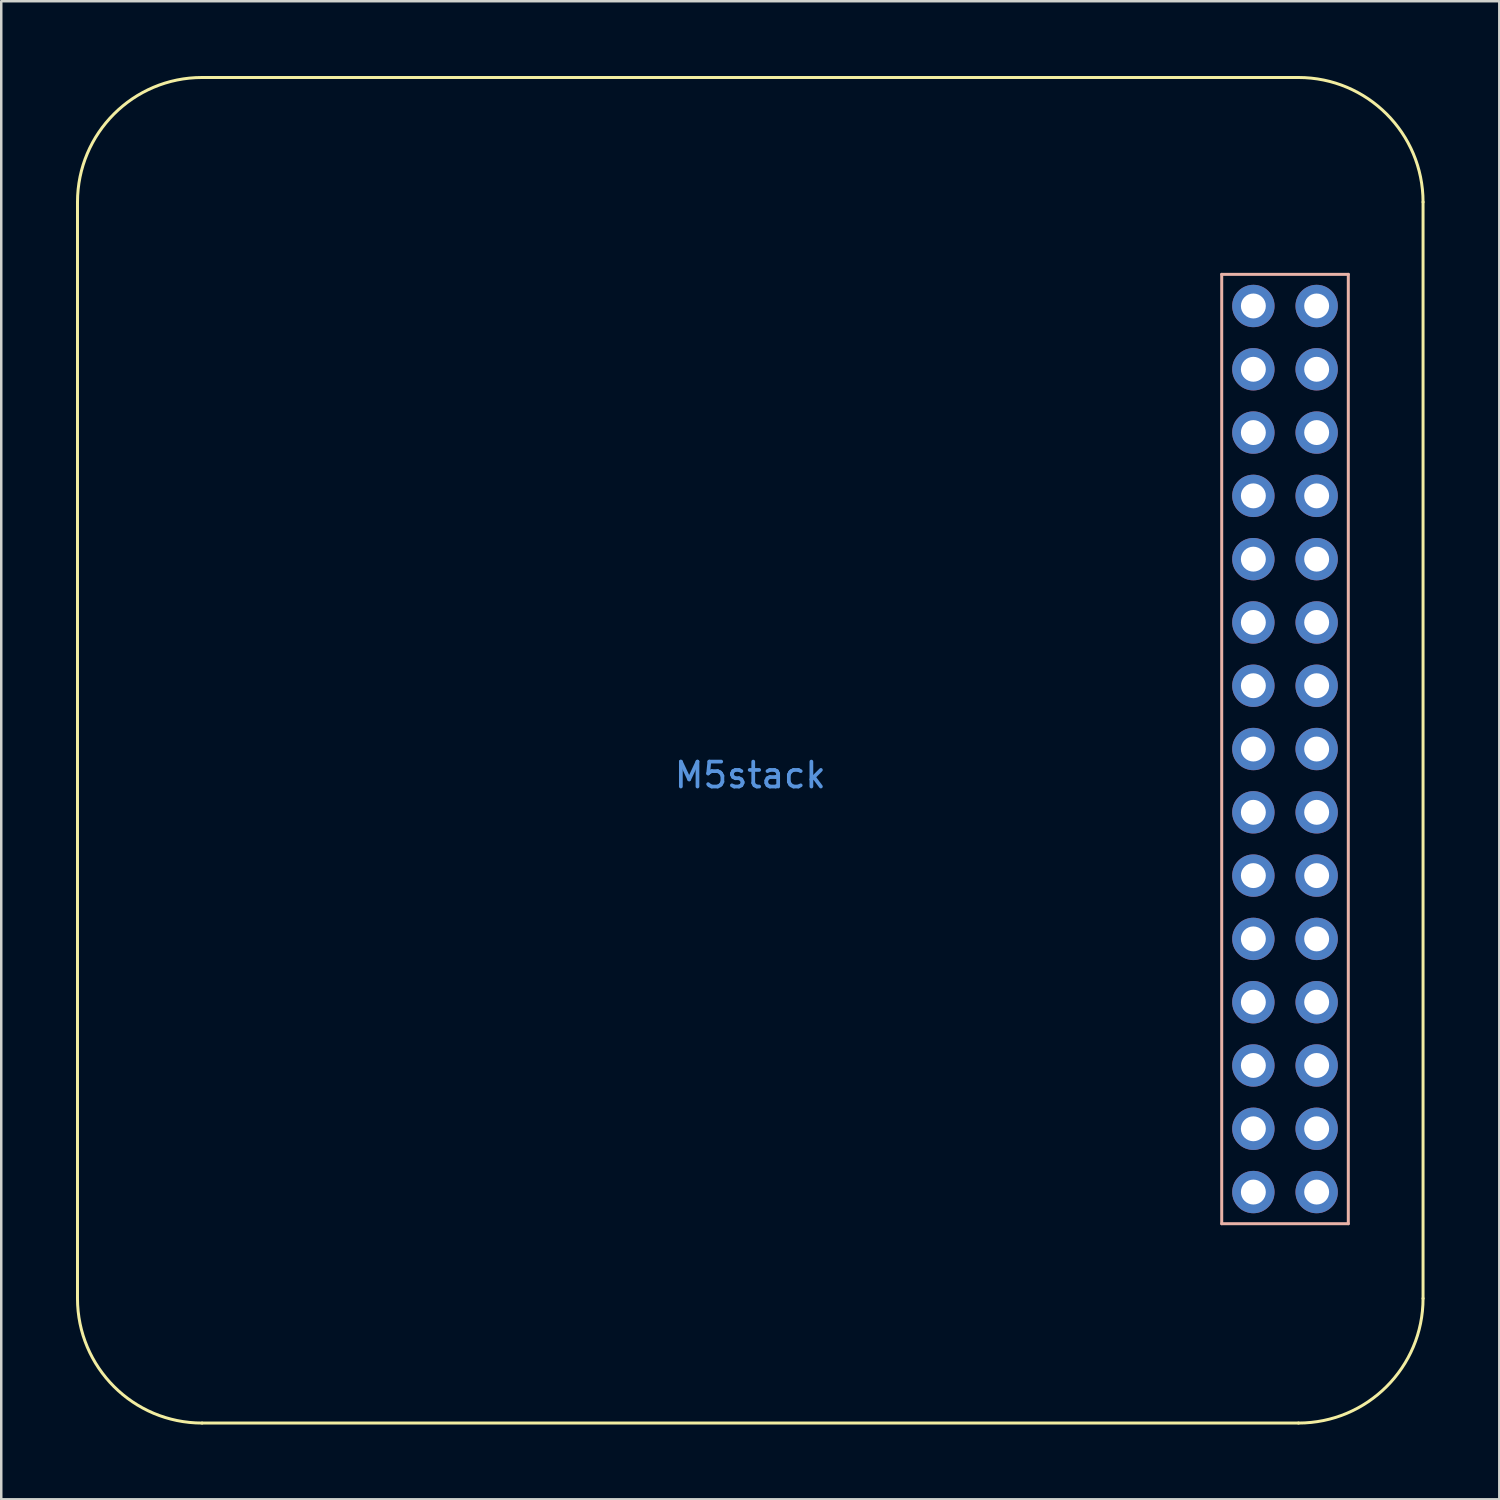
<source format=kicad_pcb>
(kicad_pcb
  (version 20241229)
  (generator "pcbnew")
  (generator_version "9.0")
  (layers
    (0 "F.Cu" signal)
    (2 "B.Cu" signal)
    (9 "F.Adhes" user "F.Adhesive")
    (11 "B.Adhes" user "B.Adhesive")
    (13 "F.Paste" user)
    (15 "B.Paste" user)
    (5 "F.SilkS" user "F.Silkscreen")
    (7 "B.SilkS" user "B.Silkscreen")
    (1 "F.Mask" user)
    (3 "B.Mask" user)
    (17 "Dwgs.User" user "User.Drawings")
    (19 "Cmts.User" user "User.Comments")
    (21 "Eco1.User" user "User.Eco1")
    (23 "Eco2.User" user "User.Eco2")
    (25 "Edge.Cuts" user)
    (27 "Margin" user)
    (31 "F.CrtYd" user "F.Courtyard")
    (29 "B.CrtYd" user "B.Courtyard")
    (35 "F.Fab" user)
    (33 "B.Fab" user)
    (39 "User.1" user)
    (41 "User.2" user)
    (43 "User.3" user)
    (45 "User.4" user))
  (footprint "M5stack"
    (layer "F.Cu")
    (at 27.06 27.06)
    (property "Reference" "M5stack" (at 0 1 0) (layer "Cmts.User") (effects (font (size 1 1) (thickness 0.15))))
    (attr through_hole)
    (fp_line (start -27 22) (end -27 -22) (stroke (width 0.12) (type solid)) (layer "F.SilkS"))
    (fp_line (start -22 -27) (end 22 -27) (stroke (width 0.12) (type solid)) (layer "F.SilkS"))
    (fp_line (start 22 27) (end -22 27) (stroke (width 0.12) (type solid)) (layer "F.SilkS"))
    (fp_line (start 27 -22) (end 27 22) (stroke (width 0.12) (type solid)) (layer "F.SilkS"))
    (fp_arc (start -27 -22) (mid -25.535534 -25.535534) (end -22 -27) (stroke (width 0.12) (type solid)) (layer "F.SilkS"))
    (fp_arc (start -22 27) (mid -25.535534 25.535534) (end -27 22) (stroke (width 0.12) (type solid)) (layer "F.SilkS"))
    (fp_arc (start 22 -27) (mid 25.535534 -25.535534) (end 27 -22) (stroke (width 0.12) (type solid)) (layer "F.SilkS"))
    (fp_arc (start 27 22) (mid 25.535534 25.535534) (end 22 27) (stroke (width 0.12) (type solid)) (layer "F.SilkS"))
    (fp_line (start 18.92 -19.1) (end 18.92 19) (stroke (width 0.12) (type solid)) (layer "B.SilkS"))
    (fp_line (start 18.92 19) (end 24 19) (stroke (width 0.12) (type solid)) (layer "B.SilkS"))
    (fp_line (start 24 -19.1) (end 18.92 -19.1) (stroke (width 0.12) (type solid)) (layer "B.SilkS"))
    (fp_line (start 24 19) (end 24 -19.1) (stroke (width 0.12) (type solid)) (layer "B.SilkS"))
    (pad "1" thru_hole circle (at 22.73 17.73) (size 1.7 1.7) (drill 1) (layers "*.Cu" "*.Mask"))
    (pad "2" thru_hole circle (at 22.73 15.19) (size 1.7 1.7) (drill 1) (layers "*.Cu" "*.Mask"))
    (pad "3" thru_hole circle (at 22.73 12.65) (size 1.7 1.7) (drill 1) (layers "*.Cu" "*.Mask"))
    (pad "4" thru_hole circle (at 22.73 10.11) (size 1.7 1.7) (drill 1) (layers "*.Cu" "*.Mask"))
    (pad "5" thru_hole circle (at 22.73 7.57) (size 1.7 1.7) (drill 1) (layers "*.Cu" "*.Mask"))
    (pad "6" thru_hole circle (at 22.73 5.03) (size 1.7 1.7) (drill 1) (layers "*.Cu" "*.Mask"))
    (pad "7" thru_hole circle (at 22.73 2.49) (size 1.7 1.7) (drill 1) (layers "*.Cu" "*.Mask"))
    (pad "8" thru_hole circle (at 22.73 -0.05) (size 1.7 1.7) (drill 1) (layers "*.Cu" "*.Mask"))
    (pad "9" thru_hole circle (at 22.73 -2.59) (size 1.7 1.7) (drill 1) (layers "*.Cu" "*.Mask"))
    (pad "10" thru_hole circle (at 22.73 -5.13) (size 1.7 1.7) (drill 1) (layers "*.Cu" "*.Mask"))
    (pad "11" thru_hole circle (at 22.73 -7.67) (size 1.7 1.7) (drill 1) (layers "*.Cu" "*.Mask"))
    (pad "12" thru_hole circle (at 22.73 -10.21) (size 1.7 1.7) (drill 1) (layers "*.Cu" "*.Mask"))
    (pad "13" thru_hole circle (at 22.73 -12.75) (size 1.7 1.7) (drill 1) (layers "*.Cu" "*.Mask"))
    (pad "14" thru_hole circle (at 22.73 -15.29) (size 1.7 1.7) (drill 1) (layers "*.Cu" "*.Mask"))
    (pad "15" thru_hole circle (at 22.73 -17.83) (size 1.7 1.7) (drill 1) (layers "*.Cu" "*.Mask"))
    (pad "16" thru_hole circle (at 20.19 17.73) (size 1.7 1.7) (drill 1) (layers "*.Cu" "*.Mask"))
    (pad "17" thru_hole circle (at 20.19 15.19) (size 1.7 1.7) (drill 1) (layers "*.Cu" "*.Mask"))
    (pad "18" thru_hole circle (at 20.19 12.65) (size 1.7 1.7) (drill 1) (layers "*.Cu" "*.Mask"))
    (pad "19" thru_hole circle (at 20.19 10.11) (size 1.7 1.7) (drill 1) (layers "*.Cu" "*.Mask"))
    (pad "20" thru_hole circle (at 20.19 7.57) (size 1.7 1.7) (drill 1) (layers "*.Cu" "*.Mask"))
    (pad "21" thru_hole circle (at 20.19 5.03) (size 1.7 1.7) (drill 1) (layers "*.Cu" "*.Mask"))
    (pad "22" thru_hole circle (at 20.19 2.49) (size 1.7 1.7) (drill 1) (layers "*.Cu" "*.Mask"))
    (pad "23" thru_hole circle (at 20.19 -0.05) (size 1.7 1.7) (drill 1) (layers "*.Cu" "*.Mask"))
    (pad "24" thru_hole circle (at 20.19 -2.59) (size 1.7 1.7) (drill 1) (layers "*.Cu" "*.Mask"))
    (pad "25" thru_hole circle (at 20.19 -5.13) (size 1.7 1.7) (drill 1) (layers "*.Cu" "*.Mask"))
    (pad "26" thru_hole circle (at 20.19 -7.67) (size 1.7 1.7) (drill 1) (layers "*.Cu" "*.Mask"))
    (pad "27" thru_hole circle (at 20.19 -10.21) (size 1.7 1.7) (drill 1) (layers "*.Cu" "*.Mask"))
    (pad "28" thru_hole circle (at 20.19 -12.75) (size 1.7 1.7) (drill 1) (layers "*.Cu" "*.Mask"))
    (pad "29" thru_hole circle (at 20.19 -15.29) (size 1.7 1.7) (drill 1) (layers "*.Cu" "*.Mask"))
    (pad "30" thru_hole circle (at 20.19 -17.83) (size 1.7 1.7) (drill 1) (layers "*.Cu" "*.Mask")))
  (gr_rect
    (start -3 -3)
    (end 57.12 57.12)
    (stroke (width 0.1) (type default))
    (fill no)
    (layer "Edge.Cuts")))
</source>
